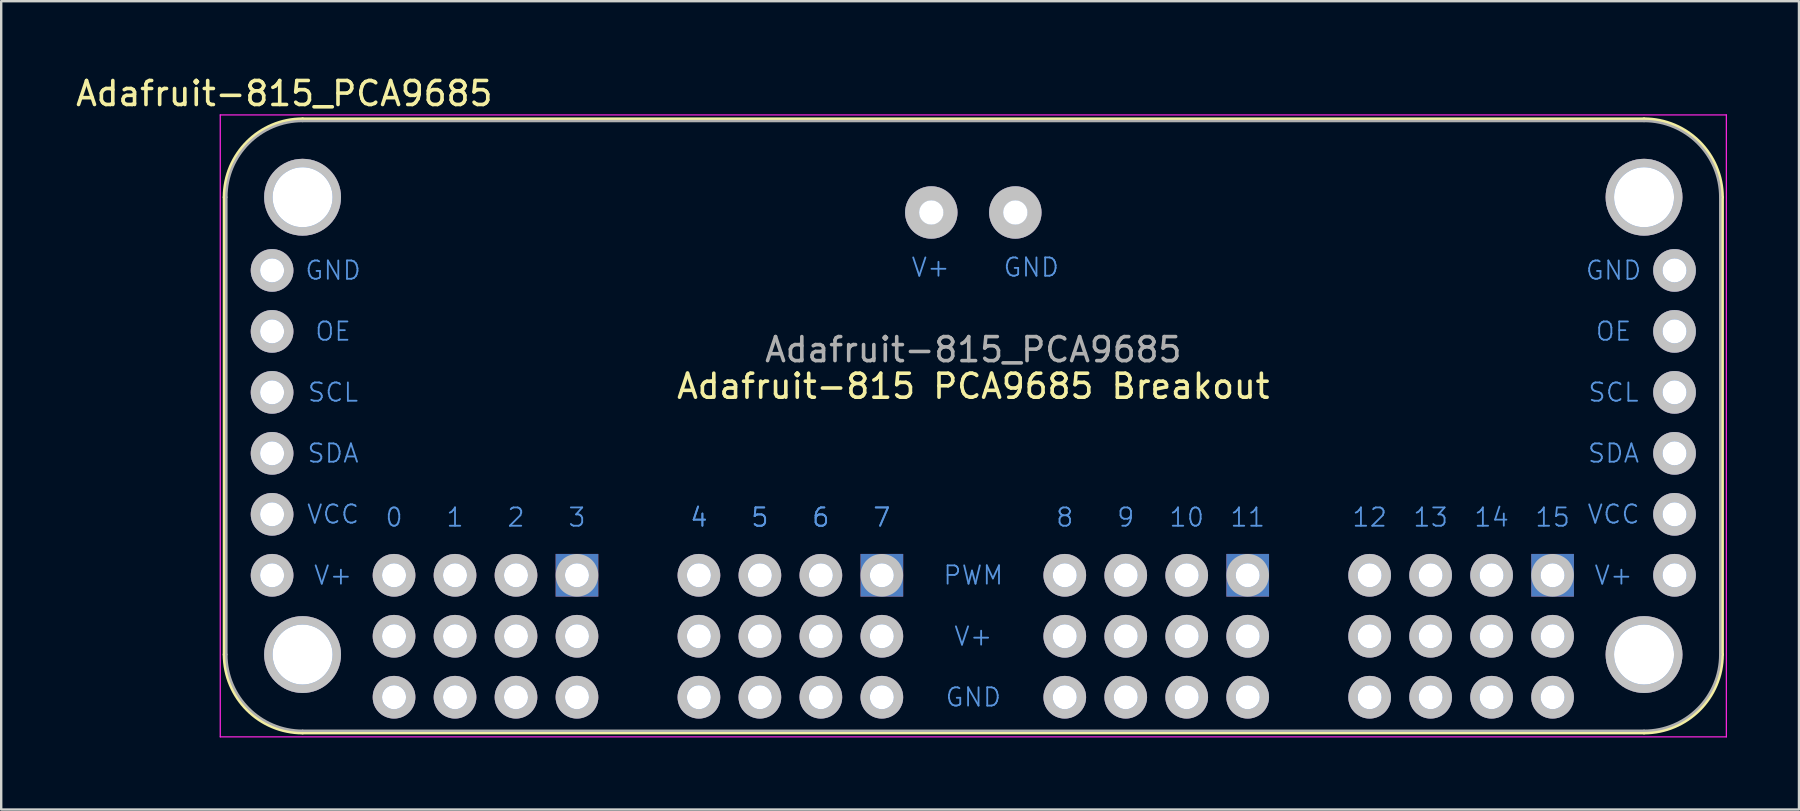
<source format=kicad_pcb>
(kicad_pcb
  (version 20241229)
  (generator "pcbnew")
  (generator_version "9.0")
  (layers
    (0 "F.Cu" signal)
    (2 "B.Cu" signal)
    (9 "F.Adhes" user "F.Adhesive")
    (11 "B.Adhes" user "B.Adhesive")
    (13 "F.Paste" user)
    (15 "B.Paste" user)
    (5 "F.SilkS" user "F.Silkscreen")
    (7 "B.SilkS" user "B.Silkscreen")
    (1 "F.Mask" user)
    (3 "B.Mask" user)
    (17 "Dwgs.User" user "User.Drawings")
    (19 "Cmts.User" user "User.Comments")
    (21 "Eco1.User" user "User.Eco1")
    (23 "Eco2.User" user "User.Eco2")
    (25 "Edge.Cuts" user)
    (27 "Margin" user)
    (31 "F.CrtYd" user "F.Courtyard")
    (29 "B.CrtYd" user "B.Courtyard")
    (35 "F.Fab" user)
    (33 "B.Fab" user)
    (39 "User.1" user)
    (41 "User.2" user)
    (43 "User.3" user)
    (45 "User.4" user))
  (footprint "Adafruit-815_PCA9685"
    (layer "F.Cu")
    (at 37.494 27.391)
    (property "Reference" "Adafruit-815_PCA9685" (at 0 -15.875 0) (layer "F.Fab") (effects (font (size 1 1) (thickness 0.15))))
    (attr through_hole)
    (fp_line (start -31.191 -22.225) (end -31.191 -3.175) (stroke (width 0.152) (type solid)) (layer "F.SilkS"))
    (fp_line (start -27.94 -25.476) (end 27.94 -25.476) (stroke (width 0.152) (type solid)) (layer "F.SilkS"))
    (fp_line (start -27.94 0.076) (end 27.94 0.076) (stroke (width 0.152) (type solid)) (layer "F.SilkS"))
    (fp_line (start 31.191 -22.225) (end 31.191 -3.175) (stroke (width 0.152) (type solid)) (layer "F.SilkS"))
    (fp_arc (start -31.1912 -22.225) (mid -30.238946 -24.523946) (end -27.94 -25.4762) (stroke (width 0.1524) (type solid)) (layer "F.SilkS"))
    (fp_arc (start -27.94 0.0762) (mid -30.238946 -0.876054) (end -31.1912 -3.175) (stroke (width 0.1524) (type solid)) (layer "F.SilkS"))
    (fp_arc (start 27.94 -25.4762) (mid 30.238946 -24.523946) (end 31.1912 -22.225) (stroke (width 0.1524) (type solid)) (layer "F.SilkS"))
    (fp_arc (start 31.1912 -3.175) (mid 30.238946 -0.876054) (end 27.94 0.0762) (stroke (width 0.1524) (type solid)) (layer "F.SilkS"))
    (fp_circle (center -29.21 -19.177) (end -29.21 -18.484) (stroke (width 0.389) (type solid)) (fill no) (layer "Dwgs.User"))
    (fp_circle (center -29.21 -16.637) (end -29.21 -15.944) (stroke (width 0.389) (type solid)) (fill no) (layer "Dwgs.User"))
    (fp_circle (center -29.21 -14.097) (end -29.21 -13.404) (stroke (width 0.389) (type solid)) (fill no) (layer "Dwgs.User"))
    (fp_circle (center -29.21 -11.557) (end -29.21 -10.864) (stroke (width 0.389) (type solid)) (fill no) (layer "Dwgs.User"))
    (fp_circle (center -29.21 -9.017) (end -29.21 -8.324) (stroke (width 0.389) (type solid)) (fill no) (layer "Dwgs.User"))
    (fp_circle (center -29.21 -6.477) (end -29.21 -5.784) (stroke (width 0.389) (type solid)) (fill no) (layer "Dwgs.User"))
    (fp_circle (center -27.94 -22.225) (end -27.94 -20.8) (stroke (width 0.351) (type solid)) (fill no) (layer "Dwgs.User"))
    (fp_circle (center -27.94 -3.175) (end -27.94 -1.75) (stroke (width 0.351) (type solid)) (fill no) (layer "Dwgs.User"))
    (fp_circle (center -24.13 -6.477) (end -24.13 -5.784) (stroke (width 0.389) (type solid)) (fill no) (layer "Dwgs.User"))
    (fp_circle (center -24.13 -3.937) (end -24.13 -3.244) (stroke (width 0.389) (type solid)) (fill no) (layer "Dwgs.User"))
    (fp_circle (center -24.13 -1.397) (end -24.13 -0.704) (stroke (width 0.389) (type solid)) (fill no) (layer "Dwgs.User"))
    (fp_circle (center -21.59 -6.477) (end -21.59 -5.784) (stroke (width 0.389) (type solid)) (fill no) (layer "Dwgs.User"))
    (fp_circle (center -21.59 -3.937) (end -21.59 -3.244) (stroke (width 0.389) (type solid)) (fill no) (layer "Dwgs.User"))
    (fp_circle (center -21.59 -1.397) (end -21.59 -0.704) (stroke (width 0.389) (type solid)) (fill no) (layer "Dwgs.User"))
    (fp_circle (center -19.05 -6.477) (end -19.05 -5.784) (stroke (width 0.389) (type solid)) (fill no) (layer "Dwgs.User"))
    (fp_circle (center -19.05 -3.937) (end -19.05 -3.244) (stroke (width 0.389) (type solid)) (fill no) (layer "Dwgs.User"))
    (fp_circle (center -19.05 -1.397) (end -19.05 -0.704) (stroke (width 0.389) (type solid)) (fill no) (layer "Dwgs.User"))
    (fp_circle (center -16.51 -6.477) (end -16.51 -5.784) (stroke (width 0.389) (type solid)) (fill no) (layer "Dwgs.User"))
    (fp_circle (center -16.51 -3.937) (end -16.51 -3.244) (stroke (width 0.389) (type solid)) (fill no) (layer "Dwgs.User"))
    (fp_circle (center -16.51 -1.397) (end -16.51 -0.704) (stroke (width 0.389) (type solid)) (fill no) (layer "Dwgs.User"))
    (fp_circle (center -11.43 -6.477) (end -11.43 -5.784) (stroke (width 0.389) (type solid)) (fill no) (layer "Dwgs.User"))
    (fp_circle (center -11.43 -3.937) (end -11.43 -3.244) (stroke (width 0.389) (type solid)) (fill no) (layer "Dwgs.User"))
    (fp_circle (center -11.43 -1.397) (end -11.43 -0.704) (stroke (width 0.389) (type solid)) (fill no) (layer "Dwgs.User"))
    (fp_circle (center -8.89 -6.477) (end -8.89 -5.784) (stroke (width 0.389) (type solid)) (fill no) (layer "Dwgs.User"))
    (fp_circle (center -8.89 -3.937) (end -8.89 -3.244) (stroke (width 0.389) (type solid)) (fill no) (layer "Dwgs.User"))
    (fp_circle (center -8.89 -1.397) (end -8.89 -0.704) (stroke (width 0.389) (type solid)) (fill no) (layer "Dwgs.User"))
    (fp_circle (center -6.35 -6.477) (end -6.35 -5.784) (stroke (width 0.389) (type solid)) (fill no) (layer "Dwgs.User"))
    (fp_circle (center -6.35 -3.937) (end -6.35 -3.244) (stroke (width 0.389) (type solid)) (fill no) (layer "Dwgs.User"))
    (fp_circle (center -6.35 -1.397) (end -6.35 -0.704) (stroke (width 0.389) (type solid)) (fill no) (layer "Dwgs.User"))
    (fp_circle (center -3.81 -6.477) (end -3.81 -5.784) (stroke (width 0.389) (type solid)) (fill no) (layer "Dwgs.User"))
    (fp_circle (center -3.81 -3.937) (end -3.81 -3.244) (stroke (width 0.389) (type solid)) (fill no) (layer "Dwgs.User"))
    (fp_circle (center -3.81 -1.397) (end -3.81 -0.704) (stroke (width 0.389) (type solid)) (fill no) (layer "Dwgs.User"))
    (fp_circle (center -1.75 -21.59) (end -1.75 -20.795) (stroke (width 0.592) (type solid)) (fill no) (layer "Dwgs.User"))
    (fp_circle (center 1.75 -21.59) (end 1.75 -20.795) (stroke (width 0.592) (type solid)) (fill no) (layer "Dwgs.User"))
    (fp_circle (center 3.81 -6.477) (end 3.81 -5.784) (stroke (width 0.389) (type solid)) (fill no) (layer "Dwgs.User"))
    (fp_circle (center 3.81 -3.937) (end 3.81 -3.244) (stroke (width 0.389) (type solid)) (fill no) (layer "Dwgs.User"))
    (fp_circle (center 3.81 -1.397) (end 3.81 -0.704) (stroke (width 0.389) (type solid)) (fill no) (layer "Dwgs.User"))
    (fp_circle (center 6.35 -6.477) (end 6.35 -5.784) (stroke (width 0.389) (type solid)) (fill no) (layer "Dwgs.User"))
    (fp_circle (center 6.35 -3.937) (end 6.35 -3.244) (stroke (width 0.389) (type solid)) (fill no) (layer "Dwgs.User"))
    (fp_circle (center 6.35 -1.397) (end 6.35 -0.704) (stroke (width 0.389) (type solid)) (fill no) (layer "Dwgs.User"))
    (fp_circle (center 8.89 -6.477) (end 8.89 -5.784) (stroke (width 0.389) (type solid)) (fill no) (layer "Dwgs.User"))
    (fp_circle (center 8.89 -3.937) (end 8.89 -3.244) (stroke (width 0.389) (type solid)) (fill no) (layer "Dwgs.User"))
    (fp_circle (center 8.89 -1.397) (end 8.89 -0.704) (stroke (width 0.389) (type solid)) (fill no) (layer "Dwgs.User"))
    (fp_circle (center 11.43 -6.477) (end 11.43 -5.784) (stroke (width 0.389) (type solid)) (fill no) (layer "Dwgs.User"))
    (fp_circle (center 11.43 -3.937) (end 11.43 -3.244) (stroke (width 0.389) (type solid)) (fill no) (layer "Dwgs.User"))
    (fp_circle (center 11.43 -1.397) (end 11.43 -0.704) (stroke (width 0.389) (type solid)) (fill no) (layer "Dwgs.User"))
    (fp_circle (center 16.51 -6.477) (end 16.51 -5.784) (stroke (width 0.389) (type solid)) (fill no) (layer "Dwgs.User"))
    (fp_circle (center 16.51 -3.937) (end 16.51 -3.244) (stroke (width 0.389) (type solid)) (fill no) (layer "Dwgs.User"))
    (fp_circle (center 16.51 -1.397) (end 16.51 -0.704) (stroke (width 0.389) (type solid)) (fill no) (layer "Dwgs.User"))
    (fp_circle (center 19.05 -6.477) (end 19.05 -5.784) (stroke (width 0.389) (type solid)) (fill no) (layer "Dwgs.User"))
    (fp_circle (center 19.05 -3.937) (end 19.05 -3.244) (stroke (width 0.389) (type solid)) (fill no) (layer "Dwgs.User"))
    (fp_circle (center 19.05 -1.397) (end 19.05 -0.704) (stroke (width 0.389) (type solid)) (fill no) (layer "Dwgs.User"))
    (fp_circle (center 21.59 -6.477) (end 21.59 -5.784) (stroke (width 0.389) (type solid)) (fill no) (layer "Dwgs.User"))
    (fp_circle (center 21.59 -3.937) (end 21.59 -3.244) (stroke (width 0.389) (type solid)) (fill no) (layer "Dwgs.User"))
    (fp_circle (center 21.59 -1.397) (end 21.59 -0.704) (stroke (width 0.389) (type solid)) (fill no) (layer "Dwgs.User"))
    (fp_circle (center 24.13 -6.477) (end 24.13 -5.784) (stroke (width 0.389) (type solid)) (fill no) (layer "Dwgs.User"))
    (fp_circle (center 24.13 -3.937) (end 24.13 -3.244) (stroke (width 0.389) (type solid)) (fill no) (layer "Dwgs.User"))
    (fp_circle (center 24.13 -1.397) (end 24.13 -0.704) (stroke (width 0.389) (type solid)) (fill no) (layer "Dwgs.User"))
    (fp_circle (center 27.94 -22.225) (end 27.94 -20.8) (stroke (width 0.351) (type solid)) (fill no) (layer "Dwgs.User"))
    (fp_circle (center 27.94 -3.175) (end 27.94 -1.75) (stroke (width 0.351) (type solid)) (fill no) (layer "Dwgs.User"))
    (fp_circle (center 29.21 -19.177) (end 29.21 -18.484) (stroke (width 0.389) (type solid)) (fill no) (layer "Dwgs.User"))
    (fp_circle (center 29.21 -16.637) (end 29.21 -15.944) (stroke (width 0.389) (type solid)) (fill no) (layer "Dwgs.User"))
    (fp_circle (center 29.21 -14.097) (end 29.21 -13.404) (stroke (width 0.389) (type solid)) (fill no) (layer "Dwgs.User"))
    (fp_circle (center 29.21 -11.557) (end 29.21 -10.864) (stroke (width 0.389) (type solid)) (fill no) (layer "Dwgs.User"))
    (fp_circle (center 29.21 -9.017) (end 29.21 -8.324) (stroke (width 0.389) (type solid)) (fill no) (layer "Dwgs.User"))
    (fp_circle (center 29.21 -6.477) (end 29.21 -5.784) (stroke (width 0.389) (type solid)) (fill no) (layer "Dwgs.User"))
    (fp_line (start -31.369 -25.654) (end 31.369 -25.654) (stroke (width 0.051) (type solid)) (layer "F.CrtYd"))
    (fp_line (start -31.369 0.254) (end -31.369 -25.654) (stroke (width 0.051) (type solid)) (layer "F.CrtYd"))
    (fp_line (start 31.369 -25.654) (end 31.369 0.254) (stroke (width 0.051) (type solid)) (layer "F.CrtYd"))
    (fp_line (start 31.369 0.254) (end -31.369 0.254) (stroke (width 0.051) (type solid)) (layer "F.CrtYd"))
    (fp_line (start -31.115 -22.225) (end -31.115 -3.175) (stroke (width 0.102) (type solid)) (layer "F.Fab"))
    (fp_line (start -27.94 -25.4) (end 27.94 -25.4) (stroke (width 0.102) (type solid)) (layer "F.Fab"))
    (fp_line (start -27.94 0) (end 27.94 0) (stroke (width 0.102) (type solid)) (layer "F.Fab"))
    (fp_line (start 31.115 -22.225) (end 31.115 -3.175) (stroke (width 0.102) (type solid)) (layer "F.Fab"))
    (fp_arc (start -31.115 -22.225) (mid -30.185064 -24.470064) (end -27.94 -25.4) (stroke (width 0.1016) (type solid)) (layer "F.Fab"))
    (fp_arc (start -27.94 0) (mid -30.185064 -0.929936) (end -31.115 -3.175) (stroke (width 0.1016) (type solid)) (layer "F.Fab"))
    (fp_arc (start 27.94 -25.4) (mid 30.185064 -24.470064) (end 31.115 -22.225) (stroke (width 0.1016) (type solid)) (layer "F.Fab"))
    (fp_arc (start 31.115 -3.175) (mid 30.185064 -0.929936) (end 27.94 0) (stroke (width 0.1016) (type solid)) (layer "F.Fab"))
    (fp_text user "Adafruit-815 PCA9685 Breakout" (at 0 -14.351 0) (layer "F.SilkS") (effects (font (size 1 1) (thickness 0.15))))
    (fp_text user "${REFERENCE}" (at -28.702 -26.543 0) (layer "F.SilkS") (effects (font (size 1 1) (thickness 0.15))))
    (fp_text user "V+" (at -1.778 -19.304 0) (layer "Cmts.User") (effects (font (size 0.762 0.762) (thickness 0.076))))
    (fp_text user "6" (at -6.35 -8.89 0) (layer "Cmts.User") (effects (font (size 0.762 0.762) (thickness 0.076))))
    (fp_text user "1" (at -21.59 -8.89 0) (layer "Cmts.User") (effects (font (size 0.762 0.762) (thickness 0.076))))
    (fp_text user "5" (at -8.89 -8.89 0) (layer "Cmts.User") (effects (font (size 0.762 0.762) (thickness 0.076))))
    (fp_text user "PWM" (at 0 -6.477 0) (layer "Cmts.User") (effects (font (size 0.762 0.762) (thickness 0.076))))
    (fp_text user "5" (at -8.89 -8.89 0) (layer "Cmts.User") (effects (font (size 0.762 0.762) (thickness 0.076))))
    (fp_text user "4" (at -11.43 -8.89 0) (layer "Cmts.User") (effects (font (size 0.762 0.762) (thickness 0.076))))
    (fp_text user "13" (at 19.05 -8.89 0) (layer "Cmts.User") (effects (font (size 0.762 0.762) (thickness 0.076))))
    (fp_text user "15" (at 24.13 -8.89 0) (layer "Cmts.User") (effects (font (size 0.762 0.762) (thickness 0.076))))
    (fp_text user "6" (at -6.35 -8.89 0) (layer "Cmts.User") (effects (font (size 0.762 0.762) (thickness 0.076))))
    (fp_text user "GND" (at 0 -1.397 0) (layer "Cmts.User") (effects (font (size 0.762 0.762) (thickness 0.076))))
    (fp_text user "V+" (at 26.67 -6.477 0) (layer "Cmts.User") (effects (font (size 0.762 0.762) (thickness 0.076))))
    (fp_text user "OE" (at 26.67 -16.637 0) (layer "Cmts.User") (effects (font (size 0.762 0.762) (thickness 0.076))))
    (fp_text user "2" (at -19.05 -8.89 0) (layer "Cmts.User") (effects (font (size 0.762 0.762) (thickness 0.076))))
    (fp_text user "SDA" (at 26.67 -11.557 0) (layer "Cmts.User") (effects (font (size 0.762 0.762) (thickness 0.076))))
    (fp_text user "7" (at -3.81 -8.89 0) (layer "Cmts.User") (effects (font (size 0.762 0.762) (thickness 0.076))))
    (fp_text user "4" (at -11.43 -8.89 0) (layer "Cmts.User") (effects (font (size 0.762 0.762) (thickness 0.076))))
    (fp_text user "OE" (at -26.67 -16.637 0) (layer "Cmts.User") (effects (font (size 0.762 0.762) (thickness 0.076))))
    (fp_text user "14" (at 21.59 -8.89 0) (layer "Cmts.User") (effects (font (size 0.762 0.762) (thickness 0.076))))
    (fp_text user "SCL" (at 26.67 -14.097 0) (layer "Cmts.User") (effects (font (size 0.762 0.762) (thickness 0.076))))
    (fp_text user "VCC" (at -26.67 -9.017 0) (layer "Cmts.User") (effects (font (size 0.762 0.762) (thickness 0.076))))
    (fp_text user "V+" (at 0 -3.937 0) (layer "Cmts.User") (effects (font (size 0.762 0.762) (thickness 0.076))))
    (fp_text user "SDA" (at -26.67 -11.557 0) (layer "Cmts.User") (effects (font (size 0.762 0.762) (thickness 0.076))))
    (fp_text user "GND" (at 2.413 -19.304 0) (layer "Cmts.User") (effects (font (size 0.762 0.762) (thickness 0.076))))
    (fp_text user "0" (at -24.13 -8.89 0) (layer "Cmts.User") (effects (font (size 0.762 0.762) (thickness 0.076))))
    (fp_text user "7" (at -3.81 -8.89 0) (layer "Cmts.User") (effects (font (size 0.762 0.762) (thickness 0.076))))
    (fp_text user "12" (at 16.51 -8.89 0) (layer "Cmts.User") (effects (font (size 0.762 0.762) (thickness 0.076))))
    (fp_text user "GND" (at -26.67 -19.177 0) (layer "Cmts.User") (effects (font (size 0.762 0.762) (thickness 0.076))))
    (fp_text user "3" (at -16.51 -8.89 0) (layer "Cmts.User") (effects (font (size 0.762 0.762) (thickness 0.076))))
    (fp_text user "GND" (at 26.67 -19.177 0) (layer "Cmts.User") (effects (font (size 0.762 0.762) (thickness 0.076))))
    (fp_text user "11" (at 11.43 -8.89 0) (layer "Cmts.User") (effects (font (size 0.762 0.762) (thickness 0.076))))
    (fp_text user "V+" (at -26.67 -6.477 0) (layer "Cmts.User") (effects (font (size 0.762 0.762) (thickness 0.076))))
    (fp_text user "8" (at 3.81 -8.89 0) (layer "Cmts.User") (effects (font (size 0.762 0.762) (thickness 0.076))))
    (fp_text user "9" (at 6.35 -8.89 0) (layer "Cmts.User") (effects (font (size 0.762 0.762) (thickness 0.076))))
    (fp_text user "SCL" (at -26.67 -14.097 0) (layer "Cmts.User") (effects (font (size 0.762 0.762) (thickness 0.076))))
    (fp_text user "VCC" (at 26.67 -9.017 0) (layer "Cmts.User") (effects (font (size 0.762 0.762) (thickness 0.076))))
    (fp_text user "10" (at 8.89 -8.89 0) (layer "Cmts.User") (effects (font (size 0.762 0.762) (thickness 0.076))))
    (fp_text user "${REFERENCE}" (at -24.003 -22.225 0) (layer "Eco1.User") (effects (font (size 0.762 0.762) (thickness 0.076))))
    (pad "1" thru_hole rect (at -3.81 -6.477) (size 1.778 1.778) (drill 1.001) (layers "*.Cu" "*.Mask"))
    (pad "2" thru_hole circle (at -3.81 -3.937) (size 1.778 1.778) (drill 1.001) (layers "*.Cu" "*.Mask"))
    (pad "3" thru_hole circle (at -3.81 -1.397) (size 1.778 1.778) (drill 1.001) (layers "*.Cu" "*.Mask"))
    (pad "4" thru_hole circle (at -6.35 -6.477) (size 1.778 1.778) (drill 1.001) (layers "*.Cu" "*.Mask"))
    (pad "5" thru_hole circle (at -6.35 -3.937) (size 1.778 1.778) (drill 1.001) (layers "*.Cu" "*.Mask"))
    (pad "6" thru_hole circle (at -6.35 -1.397) (size 1.778 1.778) (drill 1.001) (layers "*.Cu" "*.Mask"))
    (pad "7" thru_hole circle (at -8.89 -6.477) (size 1.778 1.778) (drill 1.001) (layers "*.Cu" "*.Mask"))
    (pad "8" thru_hole circle (at -8.89 -3.937) (size 1.778 1.778) (drill 1.001) (layers "*.Cu" "*.Mask"))
    (pad "9" thru_hole circle (at -8.89 -1.397) (size 1.778 1.778) (drill 1.001) (layers "*.Cu" "*.Mask"))
    (pad "10" thru_hole circle (at -11.43 -6.477) (size 1.778 1.778) (drill 1.001) (layers "*.Cu" "*.Mask"))
    (pad "11" thru_hole circle (at -11.43 -3.937) (size 1.778 1.778) (drill 1.001) (layers "*.Cu" "*.Mask"))
    (pad "12" thru_hole circle (at -11.43 -1.397) (size 1.778 1.778) (drill 1.001) (layers "*.Cu" "*.Mask"))
    (pad "13" thru_hole rect (at -16.51 -6.477) (size 1.778 1.778) (drill 1.001) (layers "*.Cu" "*.Mask"))
    (pad "14" thru_hole circle (at -16.51 -3.937) (size 1.778 1.778) (drill 1.001) (layers "*.Cu" "*.Mask"))
    (pad "15" thru_hole circle (at -16.51 -1.397) (size 1.778 1.778) (drill 1.001) (layers "*.Cu" "*.Mask"))
    (pad "16" thru_hole circle (at -19.05 -6.477) (size 1.778 1.778) (drill 1.001) (layers "*.Cu" "*.Mask"))
    (pad "17" thru_hole circle (at -19.05 -3.937) (size 1.778 1.778) (drill 1.001) (layers "*.Cu" "*.Mask"))
    (pad "18" thru_hole circle (at -19.05 -1.397) (size 1.778 1.778) (drill 1.001) (layers "*.Cu" "*.Mask"))
    (pad "19" thru_hole circle (at -21.59 -6.477) (size 1.778 1.778) (drill 1.001) (layers "*.Cu" "*.Mask"))
    (pad "20" thru_hole circle (at -21.59 -3.937) (size 1.778 1.778) (drill 1.001) (layers "*.Cu" "*.Mask"))
    (pad "21" thru_hole circle (at -21.59 -1.397) (size 1.778 1.778) (drill 1.001) (layers "*.Cu" "*.Mask"))
    (pad "22" thru_hole circle (at -24.13 -6.477) (size 1.778 1.778) (drill 1.001) (layers "*.Cu" "*.Mask"))
    (pad "23" thru_hole circle (at -24.13 -3.937) (size 1.778 1.778) (drill 1.001) (layers "*.Cu" "*.Mask"))
    (pad "24" thru_hole circle (at -24.13 -1.397) (size 1.778 1.778) (drill 1.001) (layers "*.Cu" "*.Mask"))
    (pad "25" thru_hole rect (at 24.13 -6.477) (size 1.778 1.778) (drill 1.001) (layers "*.Cu" "*.Mask"))
    (pad "26" thru_hole circle (at 24.13 -3.937) (size 1.778 1.778) (drill 1.001) (layers "*.Cu" "*.Mask"))
    (pad "27" thru_hole circle (at 24.13 -1.397) (size 1.778 1.778) (drill 1.001) (layers "*.Cu" "*.Mask"))
    (pad "28" thru_hole circle (at 21.59 -6.477) (size 1.778 1.778) (drill 1.001) (layers "*.Cu" "*.Mask"))
    (pad "29" thru_hole circle (at 21.59 -3.937) (size 1.778 1.778) (drill 1.001) (layers "*.Cu" "*.Mask"))
    (pad "30" thru_hole circle (at 21.59 -1.397) (size 1.778 1.778) (drill 1.001) (layers "*.Cu" "*.Mask"))
    (pad "31" thru_hole circle (at 19.05 -6.477) (size 1.778 1.778) (drill 1.001) (layers "*.Cu" "*.Mask"))
    (pad "32" thru_hole circle (at 19.05 -3.937) (size 1.778 1.778) (drill 1.001) (layers "*.Cu" "*.Mask"))
    (pad "33" thru_hole circle (at 19.05 -1.397) (size 1.778 1.778) (drill 1.001) (layers "*.Cu" "*.Mask"))
    (pad "34" thru_hole circle (at 16.51 -6.477) (size 1.778 1.778) (drill 1.001) (layers "*.Cu" "*.Mask"))
    (pad "35" thru_hole circle (at 16.51 -3.937) (size 1.778 1.778) (drill 1.001) (layers "*.Cu" "*.Mask"))
    (pad "36" thru_hole circle (at 16.51 -1.397) (size 1.778 1.778) (drill 1.001) (layers "*.Cu" "*.Mask"))
    (pad "37" thru_hole rect (at 11.43 -6.477) (size 1.778 1.778) (drill 1.001) (layers "*.Cu" "*.Mask"))
    (pad "38" thru_hole circle (at 11.43 -3.937) (size 1.778 1.778) (drill 1.001) (layers "*.Cu" "*.Mask"))
    (pad "39" thru_hole circle (at 11.43 -1.397) (size 1.778 1.778) (drill 1.001) (layers "*.Cu" "*.Mask"))
    (pad "40" thru_hole circle (at 8.89 -6.477) (size 1.778 1.778) (drill 1.001) (layers "*.Cu" "*.Mask"))
    (pad "41" thru_hole circle (at 8.89 -3.937) (size 1.778 1.778) (drill 1.001) (layers "*.Cu" "*.Mask"))
    (pad "42" thru_hole circle (at 8.89 -1.397) (size 1.778 1.778) (drill 1.001) (layers "*.Cu" "*.Mask"))
    (pad "43" thru_hole circle (at 6.35 -6.477) (size 1.778 1.778) (drill 1.001) (layers "*.Cu" "*.Mask"))
    (pad "44" thru_hole circle (at 6.35 -3.937) (size 1.778 1.778) (drill 1.001) (layers "*.Cu" "*.Mask"))
    (pad "45" thru_hole circle (at 6.35 -1.397) (size 1.778 1.778) (drill 1.001) (layers "*.Cu" "*.Mask"))
    (pad "46" thru_hole circle (at 3.81 -6.477) (size 1.778 1.778) (drill 1.001) (layers "*.Cu" "*.Mask"))
    (pad "47" thru_hole circle (at 3.81 -3.937) (size 1.778 1.778) (drill 1.001) (layers "*.Cu" "*.Mask"))
    (pad "48" thru_hole circle (at 3.81 -1.397) (size 1.778 1.778) (drill 1.001) (layers "*.Cu" "*.Mask"))
    (pad "49" thru_hole circle (at 1.75 -21.59) (size 2.184 2.184) (drill 1.016) (layers "*.Cu" "*.Mask"))
    (pad "50" thru_hole circle (at -1.75 -21.59) (size 2.184 2.184) (drill 1.016) (layers "*.Cu" "*.Mask"))
    (pad "51" thru_hole circle (at -29.21 -19.177) (size 1.778 1.778) (drill 1.001) (layers "*.Cu" "*.Mask"))
    (pad "52" thru_hole circle (at -29.21 -16.637) (size 1.778 1.778) (drill 1.001) (layers "*.Cu" "*.Mask"))
    (pad "53" thru_hole circle (at -29.21 -14.097) (size 1.778 1.778) (drill 1.001) (layers "*.Cu" "*.Mask"))
    (pad "54" thru_hole circle (at -29.21 -11.557) (size 1.778 1.778) (drill 1.001) (layers "*.Cu" "*.Mask"))
    (pad "55" thru_hole circle (at -29.21 -9.017) (size 1.778 1.778) (drill 1.001) (layers "*.Cu" "*.Mask"))
    (pad "56" thru_hole circle (at -29.21 -6.477) (size 1.778 1.778) (drill 1.001) (layers "*.Cu" "*.Mask"))
    (pad "57" thru_hole circle (at 29.21 -19.177) (size 1.778 1.778) (drill 1.001) (layers "*.Cu" "*.Mask"))
    (pad "58" thru_hole circle (at 29.21 -16.637) (size 1.778 1.778) (drill 1.001) (layers "*.Cu" "*.Mask"))
    (pad "59" thru_hole circle (at 29.21 -14.097) (size 1.778 1.778) (drill 1.001) (layers "*.Cu" "*.Mask"))
    (pad "60" thru_hole circle (at 29.21 -11.557) (size 1.778 1.778) (drill 1.001) (layers "*.Cu" "*.Mask"))
    (pad "61" thru_hole circle (at 29.21 -9.017) (size 1.778 1.778) (drill 1.001) (layers "*.Cu" "*.Mask"))
    (pad "62" thru_hole circle (at 29.21 -6.477) (size 1.778 1.778) (drill 1.001) (layers "*.Cu" "*.Mask"))
    (pad "H1" thru_hole circle (at -27.94 -22.225) (size 3.2 3.2) (drill 2.499) (layers "*.Cu" "*.Mask"))
    (pad "H2" thru_hole circle (at -27.94 -3.175) (size 3.2 3.2) (drill 2.499) (layers "*.Cu" "*.Mask"))
    (pad "H3" thru_hole circle (at 27.94 -3.175) (size 3.2 3.2) (drill 2.499) (layers "*.Cu" "*.Mask"))
    (pad "H4" thru_hole circle (at 27.94 -22.225) (size 3.2 3.2) (drill 2.499) (layers "*.Cu" "*.Mask")))
  (gr_rect
    (start -3 -3)
    (end 71.888 30.671)
    (stroke (width 0.1) (type default))
    (fill no)
    (layer "Edge.Cuts")))
</source>
